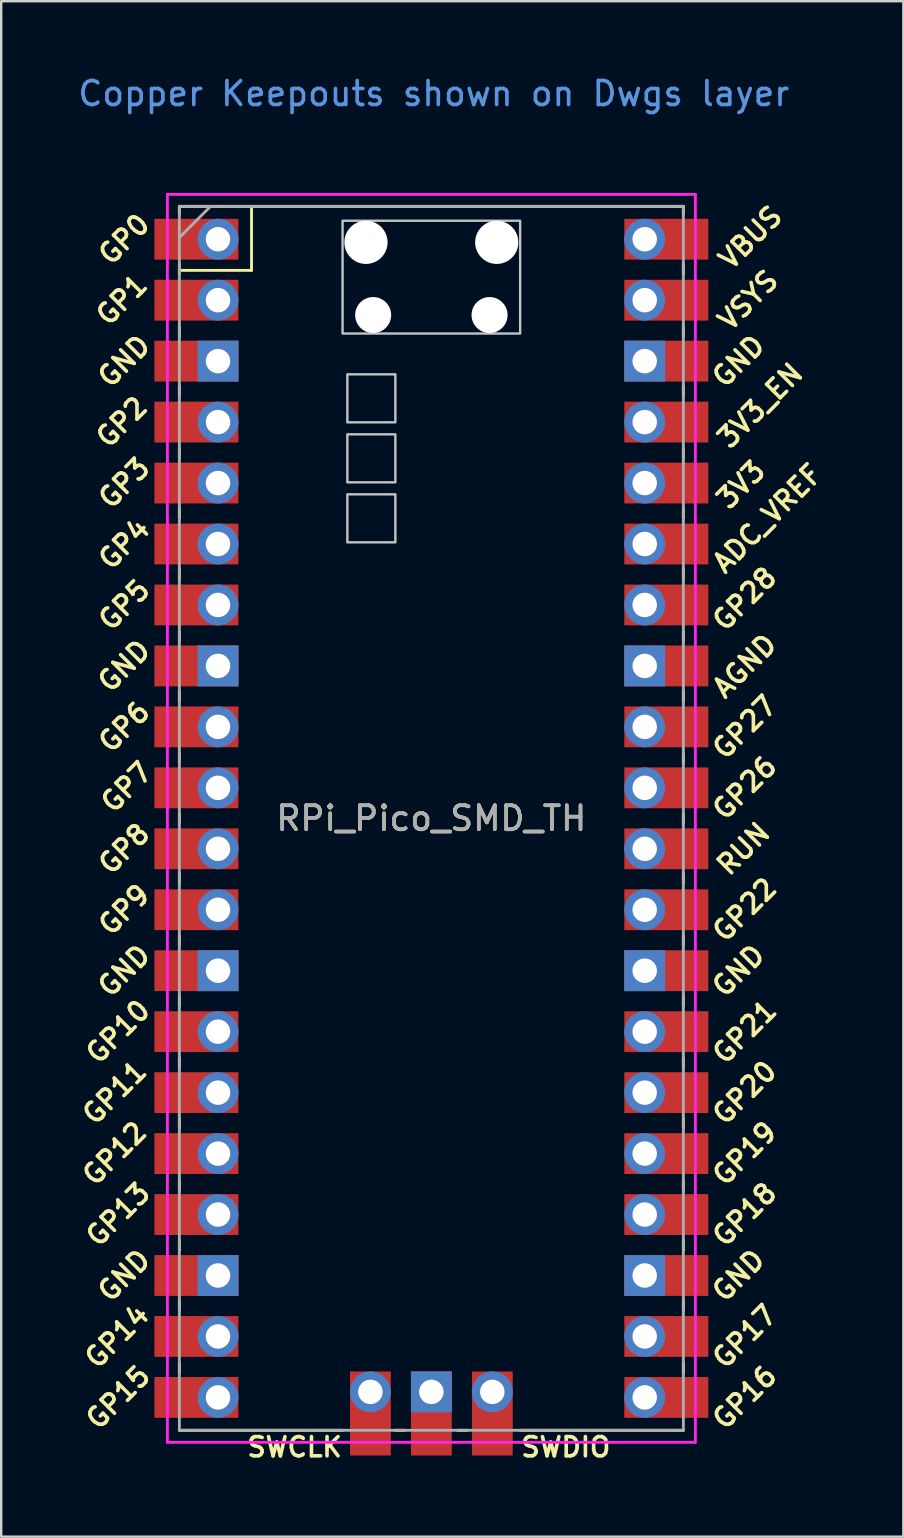
<source format=kicad_pcb>
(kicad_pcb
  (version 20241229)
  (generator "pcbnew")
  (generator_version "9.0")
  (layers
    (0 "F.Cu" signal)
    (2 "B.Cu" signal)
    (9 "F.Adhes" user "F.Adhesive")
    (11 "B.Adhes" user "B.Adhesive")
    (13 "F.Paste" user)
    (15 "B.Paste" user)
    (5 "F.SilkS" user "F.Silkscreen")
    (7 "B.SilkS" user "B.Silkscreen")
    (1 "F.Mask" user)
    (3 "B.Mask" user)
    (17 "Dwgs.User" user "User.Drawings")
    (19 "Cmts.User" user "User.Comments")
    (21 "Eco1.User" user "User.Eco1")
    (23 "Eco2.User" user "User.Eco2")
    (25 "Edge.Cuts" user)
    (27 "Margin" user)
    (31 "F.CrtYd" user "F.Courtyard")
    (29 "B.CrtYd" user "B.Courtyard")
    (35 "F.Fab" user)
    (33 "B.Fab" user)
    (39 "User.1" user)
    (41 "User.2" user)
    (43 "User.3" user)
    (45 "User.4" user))
  (footprint "RPi_Pico_SMD_TH"
    (layer "F.Cu")
    (at 14.924 31.048)
    (property "Reference" "RPi_Pico_SMD_TH" (at 0 0 0) (layer "F.SilkS") (effects (font (size 1 1) (thickness 0.15))))
    (attr through_hole)
    (fp_line (start -10.5 -25.5) (end -10.5 -25.2) (stroke (width 0.12) (type solid)) (layer "F.SilkS"))
    (fp_line (start -10.5 -25.5) (end 10.5 -25.5) (stroke (width 0.12) (type solid)) (layer "F.SilkS"))
    (fp_line (start -10.5 -23.1) (end -10.5 -22.7) (stroke (width 0.12) (type solid)) (layer "F.SilkS"))
    (fp_line (start -10.5 -22.833) (end -7.493 -22.833) (stroke (width 0.12) (type solid)) (layer "F.SilkS"))
    (fp_line (start -10.5 -20.5) (end -10.5 -20.1) (stroke (width 0.12) (type solid)) (layer "F.SilkS"))
    (fp_line (start -10.5 -18) (end -10.5 -17.6) (stroke (width 0.12) (type solid)) (layer "F.SilkS"))
    (fp_line (start -10.5 -15.4) (end -10.5 -15) (stroke (width 0.12) (type solid)) (layer "F.SilkS"))
    (fp_line (start -10.5 -12.9) (end -10.5 -12.5) (stroke (width 0.12) (type solid)) (layer "F.SilkS"))
    (fp_line (start -10.5 -10.4) (end -10.5 -10) (stroke (width 0.12) (type solid)) (layer "F.SilkS"))
    (fp_line (start -10.5 -7.8) (end -10.5 -7.4) (stroke (width 0.12) (type solid)) (layer "F.SilkS"))
    (fp_line (start -10.5 -5.3) (end -10.5 -4.9) (stroke (width 0.12) (type solid)) (layer "F.SilkS"))
    (fp_line (start -10.5 -2.7) (end -10.5 -2.3) (stroke (width 0.12) (type solid)) (layer "F.SilkS"))
    (fp_line (start -10.5 -0.2) (end -10.5 0.2) (stroke (width 0.12) (type solid)) (layer "F.SilkS"))
    (fp_line (start -10.5 2.3) (end -10.5 2.7) (stroke (width 0.12) (type solid)) (layer "F.SilkS"))
    (fp_line (start -10.5 4.9) (end -10.5 5.3) (stroke (width 0.12) (type solid)) (layer "F.SilkS"))
    (fp_line (start -10.5 7.4) (end -10.5 7.8) (stroke (width 0.12) (type solid)) (layer "F.SilkS"))
    (fp_line (start -10.5 10) (end -10.5 10.4) (stroke (width 0.12) (type solid)) (layer "F.SilkS"))
    (fp_line (start -10.5 12.5) (end -10.5 12.9) (stroke (width 0.12) (type solid)) (layer "F.SilkS"))
    (fp_line (start -10.5 15.1) (end -10.5 15.5) (stroke (width 0.12) (type solid)) (layer "F.SilkS"))
    (fp_line (start -10.5 17.6) (end -10.5 18) (stroke (width 0.12) (type solid)) (layer "F.SilkS"))
    (fp_line (start -10.5 20.1) (end -10.5 20.5) (stroke (width 0.12) (type solid)) (layer "F.SilkS"))
    (fp_line (start -10.5 22.7) (end -10.5 23.1) (stroke (width 0.12) (type solid)) (layer "F.SilkS"))
    (fp_line (start -7.493 -22.833) (end -7.493 -25.5) (stroke (width 0.12) (type solid)) (layer "F.SilkS"))
    (fp_line (start -3.7 25.5) (end -10.5 25.5) (stroke (width 0.12) (type solid)) (layer "F.SilkS"))
    (fp_line (start -1.5 25.5) (end -1.1 25.5) (stroke (width 0.12) (type solid)) (layer "F.SilkS"))
    (fp_line (start 1.1 25.5) (end 1.5 25.5) (stroke (width 0.12) (type solid)) (layer "F.SilkS"))
    (fp_line (start 10.5 -25.5) (end 10.5 -25.2) (stroke (width 0.12) (type solid)) (layer "F.SilkS"))
    (fp_line (start 10.5 -23.1) (end 10.5 -22.7) (stroke (width 0.12) (type solid)) (layer "F.SilkS"))
    (fp_line (start 10.5 -20.5) (end 10.5 -20.1) (stroke (width 0.12) (type solid)) (layer "F.SilkS"))
    (fp_line (start 10.5 -18) (end 10.5 -17.6) (stroke (width 0.12) (type solid)) (layer "F.SilkS"))
    (fp_line (start 10.5 -15.4) (end 10.5 -15) (stroke (width 0.12) (type solid)) (layer "F.SilkS"))
    (fp_line (start 10.5 -12.9) (end 10.5 -12.5) (stroke (width 0.12) (type solid)) (layer "F.SilkS"))
    (fp_line (start 10.5 -10.4) (end 10.5 -10) (stroke (width 0.12) (type solid)) (layer "F.SilkS"))
    (fp_line (start 10.5 -7.8) (end 10.5 -7.4) (stroke (width 0.12) (type solid)) (layer "F.SilkS"))
    (fp_line (start 10.5 -5.3) (end 10.5 -4.9) (stroke (width 0.12) (type solid)) (layer "F.SilkS"))
    (fp_line (start 10.5 -2.7) (end 10.5 -2.3) (stroke (width 0.12) (type solid)) (layer "F.SilkS"))
    (fp_line (start 10.5 -0.2) (end 10.5 0.2) (stroke (width 0.12) (type solid)) (layer "F.SilkS"))
    (fp_line (start 10.5 2.3) (end 10.5 2.7) (stroke (width 0.12) (type solid)) (layer "F.SilkS"))
    (fp_line (start 10.5 4.9) (end 10.5 5.3) (stroke (width 0.12) (type solid)) (layer "F.SilkS"))
    (fp_line (start 10.5 7.4) (end 10.5 7.8) (stroke (width 0.12) (type solid)) (layer "F.SilkS"))
    (fp_line (start 10.5 10) (end 10.5 10.4) (stroke (width 0.12) (type solid)) (layer "F.SilkS"))
    (fp_line (start 10.5 12.5) (end 10.5 12.9) (stroke (width 0.12) (type solid)) (layer "F.SilkS"))
    (fp_line (start 10.5 15.1) (end 10.5 15.5) (stroke (width 0.12) (type solid)) (layer "F.SilkS"))
    (fp_line (start 10.5 17.6) (end 10.5 18) (stroke (width 0.12) (type solid)) (layer "F.SilkS"))
    (fp_line (start 10.5 20.1) (end 10.5 20.5) (stroke (width 0.12) (type solid)) (layer "F.SilkS"))
    (fp_line (start 10.5 22.7) (end 10.5 23.1) (stroke (width 0.12) (type solid)) (layer "F.SilkS"))
    (fp_line (start 10.5 25.5) (end 3.7 25.5) (stroke (width 0.12) (type solid)) (layer "F.SilkS"))
    (fp_poly (pts (xy -1.5 -16.5) (xy -3.5 -16.5) (xy -3.5 -18.5) (xy -1.5 -18.5)) (stroke (width 0.1) (type solid)) (fill no) (layer "Dwgs.User"))
    (fp_poly (pts (xy -1.5 -14) (xy -3.5 -14) (xy -3.5 -16) (xy -1.5 -16)) (stroke (width 0.1) (type solid)) (fill no) (layer "Dwgs.User"))
    (fp_poly (pts (xy -1.5 -11.5) (xy -3.5 -11.5) (xy -3.5 -13.5) (xy -1.5 -13.5)) (stroke (width 0.1) (type solid)) (fill no) (layer "Dwgs.User"))
    (fp_poly (pts (xy 3.7 -20.2) (xy -3.7 -20.2) (xy -3.7 -24.9) (xy 3.7 -24.9)) (stroke (width 0.1) (type solid)) (fill no) (layer "Dwgs.User"))
    (fp_line (start -11 -26) (end 11 -26) (stroke (width 0.12) (type solid)) (layer "F.CrtYd"))
    (fp_line (start -11 26) (end -11 -26) (stroke (width 0.12) (type solid)) (layer "F.CrtYd"))
    (fp_line (start 11 -26) (end 11 26) (stroke (width 0.12) (type solid)) (layer "F.CrtYd"))
    (fp_line (start 11 26) (end -11 26) (stroke (width 0.12) (type solid)) (layer "F.CrtYd"))
    (fp_line (start -10.5 -25.5) (end 10.5 -25.5) (stroke (width 0.12) (type solid)) (layer "F.Fab"))
    (fp_line (start -10.5 -24.2) (end -9.2 -25.5) (stroke (width 0.12) (type solid)) (layer "F.Fab"))
    (fp_line (start -10.5 25.5) (end -10.5 -25.5) (stroke (width 0.12) (type solid)) (layer "F.Fab"))
    (fp_line (start 10.5 -25.5) (end 10.5 25.5) (stroke (width 0.12) (type solid)) (layer "F.Fab"))
    (fp_line (start 10.5 25.5) (end -10.5 25.5) (stroke (width 0.12) (type solid)) (layer "F.Fab"))
    (fp_text user "VBUS" (at 13.3 -24.2 45) (layer "F.SilkS") (effects (font (size 0.8 0.8) (thickness 0.15))))
    (fp_text user "SWCLK" (at -5.7 26.2 0) (layer "F.SilkS") (effects (font (size 0.8 0.8) (thickness 0.15))))
    (fp_text user "AGND" (at 13.054 -6.35 45) (layer "F.SilkS") (effects (font (size 0.8 0.8) (thickness 0.15))))
    (fp_text user "GP0" (at -12.8 -24.13 45) (layer "F.SilkS") (effects (font (size 0.8 0.8) (thickness 0.15))))
    (fp_text user "GP8" (at -12.8 1.27 45) (layer "F.SilkS") (effects (font (size 0.8 0.8) (thickness 0.15))))
    (fp_text user "GP3" (at -12.8 -13.97 45) (layer "F.SilkS") (effects (font (size 0.8 0.8) (thickness 0.15))))
    (fp_text user "SWDIO" (at 5.6 26.2 0) (layer "F.SilkS") (effects (font (size 0.8 0.8) (thickness 0.15))))
    (fp_text user "GND" (at 12.8 -19.05 45) (layer "F.SilkS") (effects (font (size 0.8 0.8) (thickness 0.15))))
    (fp_text user "GP11" (at -13.2 11.43 45) (layer "F.SilkS") (effects (font (size 0.8 0.8) (thickness 0.15))))
    (fp_text user "GND" (at -12.8 6.35 45) (layer "F.SilkS") (effects (font (size 0.8 0.8) (thickness 0.15))))
    (fp_text user "GP13" (at -13.054 16.51 45) (layer "F.SilkS") (effects (font (size 0.8 0.8) (thickness 0.15))))
    (fp_text user "GP4" (at -12.8 -11.43 45) (layer "F.SilkS") (effects (font (size 0.8 0.8) (thickness 0.15))))
    (fp_text user "GP6" (at -12.8 -3.81 45) (layer "F.SilkS") (effects (font (size 0.8 0.8) (thickness 0.15))))
    (fp_text user "GP22" (at 13.054 3.81 45) (layer "F.SilkS") (effects (font (size 0.8 0.8) (thickness 0.15))))
    (fp_text user "GP14" (at -13.1 21.59 45) (layer "F.SilkS") (effects (font (size 0.8 0.8) (thickness 0.15))))
    (fp_text user "GP20" (at 13.054 11.43 45) (layer "F.SilkS") (effects (font (size 0.8 0.8) (thickness 0.15))))
    (fp_text user "GP1" (at -12.9 -21.6 45) (layer "F.SilkS") (effects (font (size 0.8 0.8) (thickness 0.15))))
    (fp_text user "GND" (at 12.8 6.35 45) (layer "F.SilkS") (effects (font (size 0.8 0.8) (thickness 0.15))))
    (fp_text user "GP15" (at -13.054 24.13 45) (layer "F.SilkS") (effects (font (size 0.8 0.8) (thickness 0.15))))
    (fp_text user "ADC_VREF" (at 14 -12.5 45) (layer "F.SilkS") (effects (font (size 0.8 0.8) (thickness 0.15))))
    (fp_text user "GP12" (at -13.2 13.97 45) (layer "F.SilkS") (effects (font (size 0.8 0.8) (thickness 0.15))))
    (fp_text user "3V3_EN" (at 13.7 -17.2 45) (layer "F.SilkS") (effects (font (size 0.8 0.8) (thickness 0.15))))
    (fp_text user "GND" (at -12.8 -6.35 45) (layer "F.SilkS") (effects (font (size 0.8 0.8) (thickness 0.15))))
    (fp_text user "GP5" (at -12.8 -8.89 45) (layer "F.SilkS") (effects (font (size 0.8 0.8) (thickness 0.15))))
    (fp_text user "GP10" (at -13.054 8.89 45) (layer "F.SilkS") (effects (font (size 0.8 0.8) (thickness 0.15))))
    (fp_text user "GP17" (at 13.054 21.59 45) (layer "F.SilkS") (effects (font (size 0.8 0.8) (thickness 0.15))))
    (fp_text user "GP27" (at 13.054 -3.8 45) (layer "F.SilkS") (effects (font (size 0.8 0.8) (thickness 0.15))))
    (fp_text user "RUN" (at 13 1.27 45) (layer "F.SilkS") (effects (font (size 0.8 0.8) (thickness 0.15))))
    (fp_text user "GP2" (at -12.9 -16.51 45) (layer "F.SilkS") (effects (font (size 0.8 0.8) (thickness 0.15))))
    (fp_text user "GP21" (at 13.054 8.9 45) (layer "F.SilkS") (effects (font (size 0.8 0.8) (thickness 0.15))))
    (fp_text user "GP19" (at 13.054 13.97 45) (layer "F.SilkS") (effects (font (size 0.8 0.8) (thickness 0.15))))
    (fp_text user "GP28" (at 13.054 -9.144 45) (layer "F.SilkS") (effects (font (size 0.8 0.8) (thickness 0.15))))
    (fp_text user "VSYS" (at 13.2 -21.59 45) (layer "F.SilkS") (effects (font (size 0.8 0.8) (thickness 0.15))))
    (fp_text user "GP9" (at -12.8 3.81 45) (layer "F.SilkS") (effects (font (size 0.8 0.8) (thickness 0.15))))
    (fp_text user "GP16" (at 13.054 24.13 45) (layer "F.SilkS") (effects (font (size 0.8 0.8) (thickness 0.15))))
    (fp_text user "GND" (at -12.8 -19.05 45) (layer "F.SilkS") (effects (font (size 0.8 0.8) (thickness 0.15))))
    (fp_text user "GND" (at -12.8 19.05 45) (layer "F.SilkS") (effects (font (size 0.8 0.8) (thickness 0.15))))
    (fp_text user "GP26" (at 13.054 -1.27 45) (layer "F.SilkS") (effects (font (size 0.8 0.8) (thickness 0.15))))
    (fp_text user "3V3" (at 12.9 -13.9 45) (layer "F.SilkS") (effects (font (size 0.8 0.8) (thickness 0.15))))
    (fp_text user "GND" (at 12.8 19.05 45) (layer "F.SilkS") (effects (font (size 0.8 0.8) (thickness 0.15))))
    (fp_text user "GP7" (at -12.7 -1.3 45) (layer "F.SilkS") (effects (font (size 0.8 0.8) (thickness 0.15))))
    (fp_text user "GP18" (at 13.054 16.51 45) (layer "F.SilkS") (effects (font (size 0.8 0.8) (thickness 0.15))))
    (fp_text user "Copper Keepouts shown on Dwgs layer" (at 0.1 -30.2 0) (layer "Cmts.User") (effects (font (size 1 1) (thickness 0.15))))
    (fp_text user "${REFERENCE}" (at 0 0 180) (layer "F.Fab") (effects (font (size 1 1) (thickness 0.15))))
    (pad "" np_thru_hole oval (at -2.725 -24) (size 1.8 1.8) (drill 1.8) (layers "*.Cu" "*.Mask"))
    (pad "" np_thru_hole oval (at -2.425 -20.97) (size 1.5 1.5) (drill 1.5) (layers "*.Cu" "*.Mask"))
    (pad "" np_thru_hole oval (at 2.425 -20.97) (size 1.5 1.5) (drill 1.5) (layers "*.Cu" "*.Mask"))
    (pad "" np_thru_hole oval (at 2.725 -24) (size 1.8 1.8) (drill 1.8) (layers "*.Cu" "*.Mask"))
    (pad "1" thru_hole oval (at -8.89 -24.13) (size 1.7 1.7) (drill 1.02) (layers "*.Cu" "*.Mask"))
    (pad "1" smd rect (at -8.89 -24.13) (size 3.5 1.7) (drill (offset -0.9 0)) (layers "F.Cu" "F.Mask"))
    (pad "2" thru_hole oval (at -8.89 -21.59) (size 1.7 1.7) (drill 1.02) (layers "*.Cu" "*.Mask"))
    (pad "2" smd rect (at -8.89 -21.59) (size 3.5 1.7) (drill (offset -0.9 0)) (layers "F.Cu" "F.Mask"))
    (pad "3" thru_hole rect (at -8.89 -19.05) (size 1.7 1.7) (drill 1.02) (layers "*.Cu" "*.Mask"))
    (pad "3" smd rect (at -8.89 -19.05) (size 3.5 1.7) (drill (offset -0.9 0)) (layers "F.Cu" "F.Mask"))
    (pad "4" thru_hole oval (at -8.89 -16.51) (size 1.7 1.7) (drill 1.02) (layers "*.Cu" "*.Mask"))
    (pad "4" smd rect (at -8.89 -16.51) (size 3.5 1.7) (drill (offset -0.9 0)) (layers "F.Cu" "F.Mask"))
    (pad "5" thru_hole oval (at -8.89 -13.97) (size 1.7 1.7) (drill 1.02) (layers "*.Cu" "*.Mask"))
    (pad "5" smd rect (at -8.89 -13.97) (size 3.5 1.7) (drill (offset -0.9 0)) (layers "F.Cu" "F.Mask"))
    (pad "6" thru_hole oval (at -8.89 -11.43) (size 1.7 1.7) (drill 1.02) (layers "*.Cu" "*.Mask"))
    (pad "6" smd rect (at -8.89 -11.43) (size 3.5 1.7) (drill (offset -0.9 0)) (layers "F.Cu" "F.Mask"))
    (pad "7" thru_hole oval (at -8.89 -8.89) (size 1.7 1.7) (drill 1.02) (layers "*.Cu" "*.Mask"))
    (pad "7" smd rect (at -8.89 -8.89) (size 3.5 1.7) (drill (offset -0.9 0)) (layers "F.Cu" "F.Mask"))
    (pad "8" thru_hole rect (at -8.89 -6.35) (size 1.7 1.7) (drill 1.02) (layers "*.Cu" "*.Mask"))
    (pad "8" smd rect (at -8.89 -6.35) (size 3.5 1.7) (drill (offset -0.9 0)) (layers "F.Cu" "F.Mask"))
    (pad "9" thru_hole oval (at -8.89 -3.81) (size 1.7 1.7) (drill 1.02) (layers "*.Cu" "*.Mask"))
    (pad "9" smd rect (at -8.89 -3.81) (size 3.5 1.7) (drill (offset -0.9 0)) (layers "F.Cu" "F.Mask"))
    (pad "10" thru_hole oval (at -8.89 -1.27) (size 1.7 1.7) (drill 1.02) (layers "*.Cu" "*.Mask"))
    (pad "10" smd rect (at -8.89 -1.27) (size 3.5 1.7) (drill (offset -0.9 0)) (layers "F.Cu" "F.Mask"))
    (pad "11" thru_hole oval (at -8.89 1.27) (size 1.7 1.7) (drill 1.02) (layers "*.Cu" "*.Mask"))
    (pad "11" smd rect (at -8.89 1.27) (size 3.5 1.7) (drill (offset -0.9 0)) (layers "F.Cu" "F.Mask"))
    (pad "12" thru_hole oval (at -8.89 3.81) (size 1.7 1.7) (drill 1.02) (layers "*.Cu" "*.Mask"))
    (pad "12" smd rect (at -8.89 3.81) (size 3.5 1.7) (drill (offset -0.9 0)) (layers "F.Cu" "F.Mask"))
    (pad "13" thru_hole rect (at -8.89 6.35) (size 1.7 1.7) (drill 1.02) (layers "*.Cu" "*.Mask"))
    (pad "13" smd rect (at -8.89 6.35) (size 3.5 1.7) (drill (offset -0.9 0)) (layers "F.Cu" "F.Mask"))
    (pad "14" thru_hole oval (at -8.89 8.89) (size 1.7 1.7) (drill 1.02) (layers "*.Cu" "*.Mask"))
    (pad "14" smd rect (at -8.89 8.89) (size 3.5 1.7) (drill (offset -0.9 0)) (layers "F.Cu" "F.Mask"))
    (pad "15" thru_hole oval (at -8.89 11.43) (size 1.7 1.7) (drill 1.02) (layers "*.Cu" "*.Mask"))
    (pad "15" smd rect (at -8.89 11.43) (size 3.5 1.7) (drill (offset -0.9 0)) (layers "F.Cu" "F.Mask"))
    (pad "16" thru_hole oval (at -8.89 13.97) (size 1.7 1.7) (drill 1.02) (layers "*.Cu" "*.Mask"))
    (pad "16" smd rect (at -8.89 13.97) (size 3.5 1.7) (drill (offset -0.9 0)) (layers "F.Cu" "F.Mask"))
    (pad "17" thru_hole oval (at -8.89 16.51) (size 1.7 1.7) (drill 1.02) (layers "*.Cu" "*.Mask"))
    (pad "17" smd rect (at -8.89 16.51) (size 3.5 1.7) (drill (offset -0.9 0)) (layers "F.Cu" "F.Mask"))
    (pad "18" thru_hole rect (at -8.89 19.05) (size 1.7 1.7) (drill 1.02) (layers "*.Cu" "*.Mask"))
    (pad "18" smd rect (at -8.89 19.05) (size 3.5 1.7) (drill (offset -0.9 0)) (layers "F.Cu" "F.Mask"))
    (pad "19" thru_hole oval (at -8.89 21.59) (size 1.7 1.7) (drill 1.02) (layers "*.Cu" "*.Mask"))
    (pad "19" smd rect (at -8.89 21.59) (size 3.5 1.7) (drill (offset -0.9 0)) (layers "F.Cu" "F.Mask"))
    (pad "20" thru_hole oval (at -8.89 24.13) (size 1.7 1.7) (drill 1.02) (layers "*.Cu" "*.Mask"))
    (pad "20" smd rect (at -8.89 24.13) (size 3.5 1.7) (drill (offset -0.9 0)) (layers "F.Cu" "F.Mask"))
    (pad "21" thru_hole oval (at 8.89 24.13) (size 1.7 1.7) (drill 1.02) (layers "*.Cu" "*.Mask"))
    (pad "21" smd rect (at 8.89 24.13) (size 3.5 1.7) (drill (offset 0.9 0)) (layers "F.Cu" "F.Mask"))
    (pad "22" thru_hole oval (at 8.89 21.59) (size 1.7 1.7) (drill 1.02) (layers "*.Cu" "*.Mask"))
    (pad "22" smd rect (at 8.89 21.59) (size 3.5 1.7) (drill (offset 0.9 0)) (layers "F.Cu" "F.Mask"))
    (pad "23" thru_hole rect (at 8.89 19.05) (size 1.7 1.7) (drill 1.02) (layers "*.Cu" "*.Mask"))
    (pad "23" smd rect (at 8.89 19.05) (size 3.5 1.7) (drill (offset 0.9 0)) (layers "F.Cu" "F.Mask"))
    (pad "24" thru_hole oval (at 8.89 16.51) (size 1.7 1.7) (drill 1.02) (layers "*.Cu" "*.Mask"))
    (pad "24" smd rect (at 8.89 16.51) (size 3.5 1.7) (drill (offset 0.9 0)) (layers "F.Cu" "F.Mask"))
    (pad "25" thru_hole oval (at 8.89 13.97) (size 1.7 1.7) (drill 1.02) (layers "*.Cu" "*.Mask"))
    (pad "25" smd rect (at 8.89 13.97) (size 3.5 1.7) (drill (offset 0.9 0)) (layers "F.Cu" "F.Mask"))
    (pad "26" thru_hole oval (at 8.89 11.43) (size 1.7 1.7) (drill 1.02) (layers "*.Cu" "*.Mask"))
    (pad "26" smd rect (at 8.89 11.43) (size 3.5 1.7) (drill (offset 0.9 0)) (layers "F.Cu" "F.Mask"))
    (pad "27" thru_hole oval (at 8.89 8.89) (size 1.7 1.7) (drill 1.02) (layers "*.Cu" "*.Mask"))
    (pad "27" smd rect (at 8.89 8.89) (size 3.5 1.7) (drill (offset 0.9 0)) (layers "F.Cu" "F.Mask"))
    (pad "28" thru_hole rect (at 8.89 6.35) (size 1.7 1.7) (drill 1.02) (layers "*.Cu" "*.Mask"))
    (pad "28" smd rect (at 8.89 6.35) (size 3.5 1.7) (drill (offset 0.9 0)) (layers "F.Cu" "F.Mask"))
    (pad "29" thru_hole oval (at 8.89 3.81) (size 1.7 1.7) (drill 1.02) (layers "*.Cu" "*.Mask"))
    (pad "29" smd rect (at 8.89 3.81) (size 3.5 1.7) (drill (offset 0.9 0)) (layers "F.Cu" "F.Mask"))
    (pad "30" thru_hole oval (at 8.89 1.27) (size 1.7 1.7) (drill 1.02) (layers "*.Cu" "*.Mask"))
    (pad "30" smd rect (at 8.89 1.27) (size 3.5 1.7) (drill (offset 0.9 0)) (layers "F.Cu" "F.Mask"))
    (pad "31" thru_hole oval (at 8.89 -1.27) (size 1.7 1.7) (drill 1.02) (layers "*.Cu" "*.Mask"))
    (pad "31" smd rect (at 8.89 -1.27) (size 3.5 1.7) (drill (offset 0.9 0)) (layers "F.Cu" "F.Mask"))
    (pad "32" thru_hole oval (at 8.89 -3.81) (size 1.7 1.7) (drill 1.02) (layers "*.Cu" "*.Mask"))
    (pad "32" smd rect (at 8.89 -3.81) (size 3.5 1.7) (drill (offset 0.9 0)) (layers "F.Cu" "F.Mask"))
    (pad "33" thru_hole rect (at 8.89 -6.35) (size 1.7 1.7) (drill 1.02) (layers "*.Cu" "*.Mask"))
    (pad "33" smd rect (at 8.89 -6.35) (size 3.5 1.7) (drill (offset 0.9 0)) (layers "F.Cu" "F.Mask"))
    (pad "34" thru_hole oval (at 8.89 -8.89) (size 1.7 1.7) (drill 1.02) (layers "*.Cu" "*.Mask"))
    (pad "34" smd rect (at 8.89 -8.89) (size 3.5 1.7) (drill (offset 0.9 0)) (layers "F.Cu" "F.Mask"))
    (pad "35" thru_hole oval (at 8.89 -11.43) (size 1.7 1.7) (drill 1.02) (layers "*.Cu" "*.Mask"))
    (pad "35" smd rect (at 8.89 -11.43) (size 3.5 1.7) (drill (offset 0.9 0)) (layers "F.Cu" "F.Mask"))
    (pad "36" thru_hole oval (at 8.89 -13.97) (size 1.7 1.7) (drill 1.02) (layers "*.Cu" "*.Mask"))
    (pad "36" smd rect (at 8.89 -13.97) (size 3.5 1.7) (drill (offset 0.9 0)) (layers "F.Cu" "F.Mask"))
    (pad "37" thru_hole oval (at 8.89 -16.51) (size 1.7 1.7) (drill 1.02) (layers "*.Cu" "*.Mask"))
    (pad "37" smd rect (at 8.89 -16.51) (size 3.5 1.7) (drill (offset 0.9 0)) (layers "F.Cu" "F.Mask"))
    (pad "38" thru_hole rect (at 8.89 -19.05) (size 1.7 1.7) (drill 1.02) (layers "*.Cu" "*.Mask"))
    (pad "38" smd rect (at 8.89 -19.05) (size 3.5 1.7) (drill (offset 0.9 0)) (layers "F.Cu" "F.Mask"))
    (pad "39" thru_hole oval (at 8.89 -21.59) (size 1.7 1.7) (drill 1.02) (layers "*.Cu" "*.Mask"))
    (pad "39" smd rect (at 8.89 -21.59) (size 3.5 1.7) (drill (offset 0.9 0)) (layers "F.Cu" "F.Mask"))
    (pad "40" thru_hole oval (at 8.89 -24.13) (size 1.7 1.7) (drill 1.02) (layers "*.Cu" "*.Mask"))
    (pad "40" smd rect (at 8.89 -24.13) (size 3.5 1.7) (drill (offset 0.9 0)) (layers "F.Cu" "F.Mask"))
    (pad "41" thru_hole oval (at -2.54 23.9) (size 1.7 1.7) (drill 1.02) (layers "*.Cu" "*.Mask"))
    (pad "41" smd rect (at -2.54 23.9 90) (size 3.5 1.7) (drill (offset -0.9 0)) (layers "F.Cu" "F.Mask"))
    (pad "42" thru_hole rect (at 0 23.9) (size 1.7 1.7) (drill 1.02) (layers "*.Cu" "*.Mask"))
    (pad "42" smd rect (at 0 23.9 90) (size 3.5 1.7) (drill (offset -0.9 0)) (layers "F.Cu" "F.Mask"))
    (pad "43" thru_hole oval (at 2.54 23.9) (size 1.7 1.7) (drill 1.02) (layers "*.Cu" "*.Mask"))
    (pad "43" smd rect (at 2.54 23.9 90) (size 3.5 1.7) (drill (offset -0.9 0)) (layers "F.Cu" "F.Mask")))
  (gr_rect
    (start -3 -3)
    (end 34.591 60.98)
    (stroke (width 0.1) (type default))
    (fill no)
    (layer "Edge.Cuts")))
</source>
